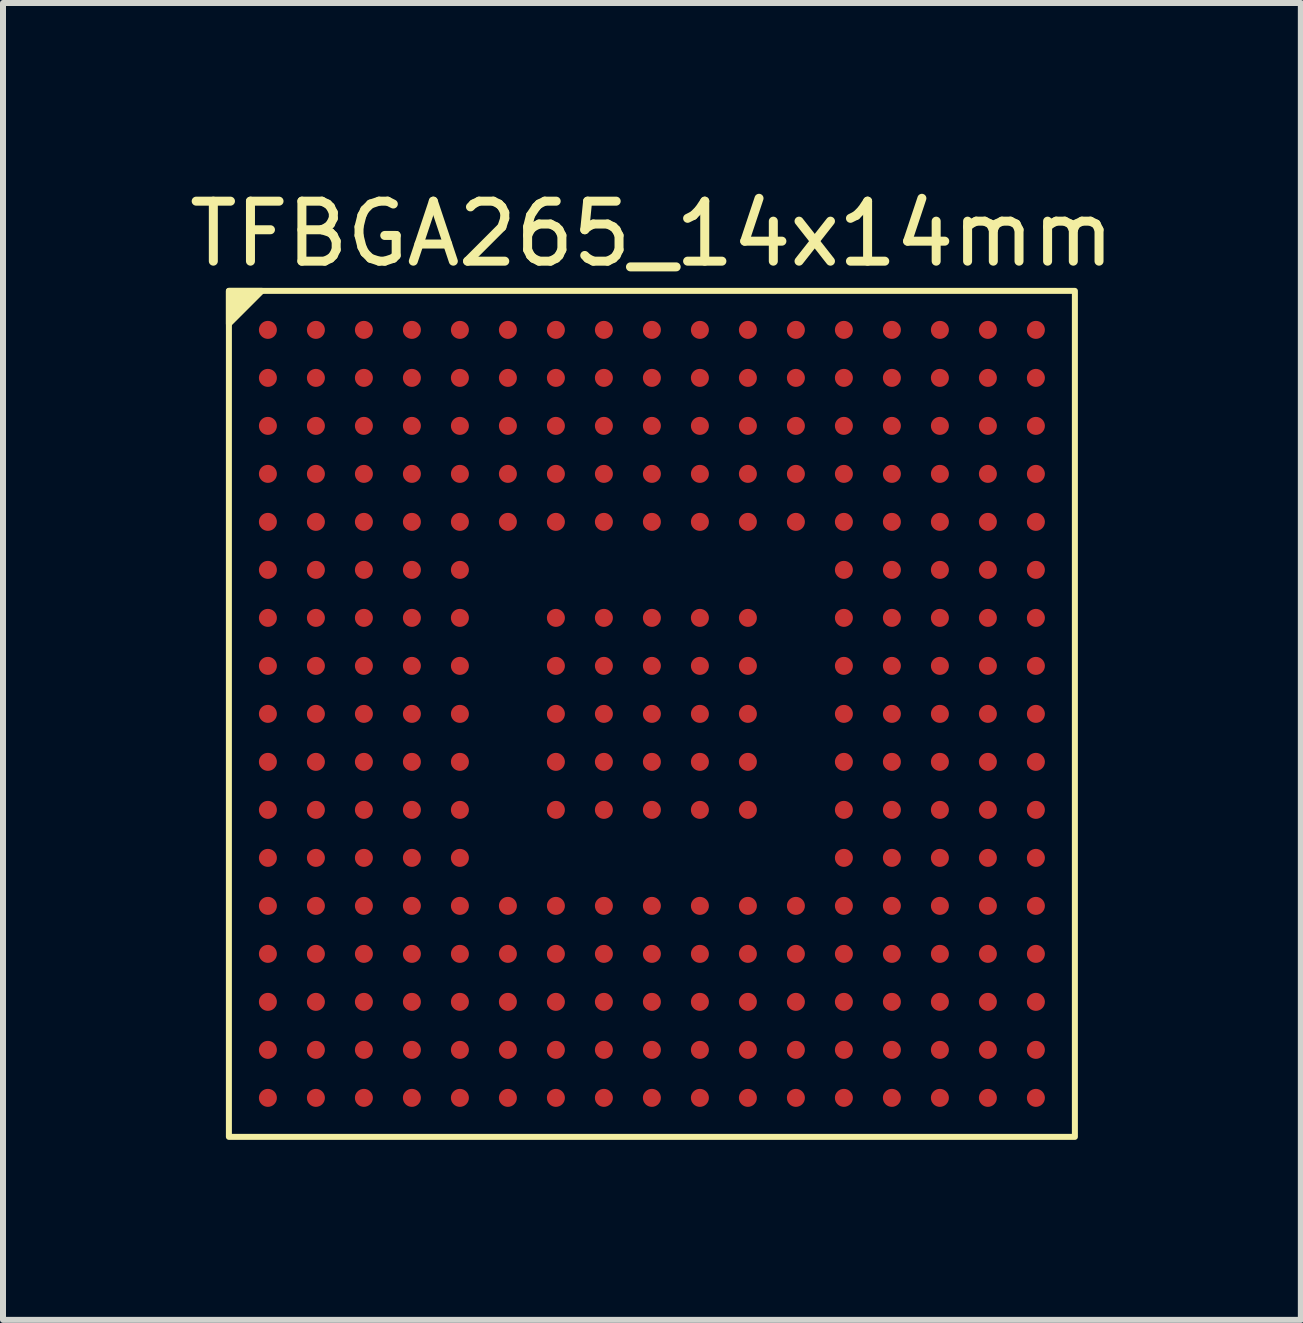
<source format=kicad_pcb>
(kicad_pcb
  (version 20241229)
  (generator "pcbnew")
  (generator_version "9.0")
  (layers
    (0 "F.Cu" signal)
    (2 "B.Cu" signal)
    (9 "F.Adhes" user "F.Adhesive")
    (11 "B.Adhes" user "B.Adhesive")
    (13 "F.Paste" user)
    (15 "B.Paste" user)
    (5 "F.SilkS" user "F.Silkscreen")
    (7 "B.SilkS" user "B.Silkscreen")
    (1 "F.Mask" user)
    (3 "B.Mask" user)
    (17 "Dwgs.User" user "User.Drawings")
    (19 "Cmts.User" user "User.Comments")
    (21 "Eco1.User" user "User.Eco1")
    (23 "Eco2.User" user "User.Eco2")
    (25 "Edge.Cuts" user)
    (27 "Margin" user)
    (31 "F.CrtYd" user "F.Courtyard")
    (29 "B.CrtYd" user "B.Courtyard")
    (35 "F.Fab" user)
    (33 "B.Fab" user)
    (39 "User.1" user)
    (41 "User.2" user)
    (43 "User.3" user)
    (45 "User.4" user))
  (footprint "TFBGA265_14x14mm"
    (layer "F.Cu")
    (at 7.815 8.848)
    (property "Reference" "TFBGA265_14x14mm" (at 0 -8 0) (layer "F.SilkS") (effects (font (size 1 1) (thickness 0.15))))
    (attr smd)
    (fp_rect (start -7.05 -7.05) (end 7.05 7.05) (stroke (width 0.1) (type default)) (fill no) (layer "F.SilkS"))
    (fp_poly (pts (xy -7.05 -6.5) (xy -6.5 -7.05) (xy -7.05 -7.05)) (stroke (width 0.1) (type solid)) (fill yes) (layer "F.SilkS"))
    (pad "A1" smd circle (at -6.4 -6.4) (size 0.3 0.3) (property pad_prop_bga) (layers "F.Cu" "F.Mask" "F.Paste"))
    (pad "A2" smd circle (at -5.6 -6.4) (size 0.3 0.3) (property pad_prop_bga) (layers "F.Cu" "F.Mask" "F.Paste"))
    (pad "A3" smd circle (at -4.8 -6.4) (size 0.3 0.3) (property pad_prop_bga) (layers "F.Cu" "F.Mask" "F.Paste"))
    (pad "A4" smd circle (at -4 -6.4) (size 0.3 0.3) (property pad_prop_bga) (layers "F.Cu" "F.Mask" "F.Paste"))
    (pad "A5" smd circle (at -3.2 -6.4) (size 0.3 0.3) (property pad_prop_bga) (layers "F.Cu" "F.Mask" "F.Paste"))
    (pad "A6" smd circle (at -2.4 -6.4) (size 0.3 0.3) (property pad_prop_bga) (layers "F.Cu" "F.Mask" "F.Paste"))
    (pad "A7" smd circle (at -1.6 -6.4) (size 0.3 0.3) (property pad_prop_bga) (layers "F.Cu" "F.Mask" "F.Paste"))
    (pad "A8" smd circle (at -0.8 -6.4) (size 0.3 0.3) (property pad_prop_bga) (layers "F.Cu" "F.Mask" "F.Paste"))
    (pad "A9" smd circle (at 0 -6.4) (size 0.3 0.3) (property pad_prop_bga) (layers "F.Cu" "F.Mask" "F.Paste"))
    (pad "A10" smd circle (at 0.8 -6.4) (size 0.3 0.3) (property pad_prop_bga) (layers "F.Cu" "F.Mask" "F.Paste"))
    (pad "A11" smd circle (at 1.6 -6.4) (size 0.3 0.3) (property pad_prop_bga) (layers "F.Cu" "F.Mask" "F.Paste"))
    (pad "A12" smd circle (at 2.4 -6.4) (size 0.3 0.3) (property pad_prop_bga) (layers "F.Cu" "F.Mask" "F.Paste"))
    (pad "A13" smd circle (at 3.2 -6.4) (size 0.3 0.3) (property pad_prop_bga) (layers "F.Cu" "F.Mask" "F.Paste"))
    (pad "A14" smd circle (at 4 -6.4) (size 0.3 0.3) (property pad_prop_bga) (layers "F.Cu" "F.Mask" "F.Paste"))
    (pad "A15" smd circle (at 4.8 -6.4) (size 0.3 0.3) (property pad_prop_bga) (layers "F.Cu" "F.Mask" "F.Paste"))
    (pad "A16" smd circle (at 5.6 -6.4) (size 0.3 0.3) (property pad_prop_bga) (layers "F.Cu" "F.Mask" "F.Paste"))
    (pad "A17" smd circle (at 6.4 -6.4) (size 0.3 0.3) (property pad_prop_bga) (layers "F.Cu" "F.Mask" "F.Paste"))
    (pad "B1" smd circle (at -6.4 -5.6) (size 0.3 0.3) (property pad_prop_bga) (layers "F.Cu" "F.Mask" "F.Paste"))
    (pad "B2" smd circle (at -5.6 -5.6) (size 0.3 0.3) (property pad_prop_bga) (layers "F.Cu" "F.Mask" "F.Paste"))
    (pad "B3" smd circle (at -4.8 -5.6) (size 0.3 0.3) (property pad_prop_bga) (layers "F.Cu" "F.Mask" "F.Paste"))
    (pad "B4" smd circle (at -4 -5.6) (size 0.3 0.3) (property pad_prop_bga) (layers "F.Cu" "F.Mask" "F.Paste"))
    (pad "B5" smd circle (at -3.2 -5.6) (size 0.3 0.3) (property pad_prop_bga) (layers "F.Cu" "F.Mask" "F.Paste"))
    (pad "B6" smd circle (at -2.4 -5.6) (size 0.3 0.3) (property pad_prop_bga) (layers "F.Cu" "F.Mask" "F.Paste"))
    (pad "B7" smd circle (at -1.6 -5.6) (size 0.3 0.3) (property pad_prop_bga) (layers "F.Cu" "F.Mask" "F.Paste"))
    (pad "B8" smd circle (at -0.8 -5.6) (size 0.3 0.3) (property pad_prop_bga) (layers "F.Cu" "F.Mask" "F.Paste"))
    (pad "B9" smd circle (at 0 -5.6) (size 0.3 0.3) (property pad_prop_bga) (layers "F.Cu" "F.Mask" "F.Paste"))
    (pad "B10" smd circle (at 0.8 -5.6) (size 0.3 0.3) (property pad_prop_bga) (layers "F.Cu" "F.Mask" "F.Paste"))
    (pad "B11" smd circle (at 1.6 -5.6) (size 0.3 0.3) (property pad_prop_bga) (layers "F.Cu" "F.Mask" "F.Paste"))
    (pad "B12" smd circle (at 2.4 -5.6) (size 0.3 0.3) (property pad_prop_bga) (layers "F.Cu" "F.Mask" "F.Paste"))
    (pad "B13" smd circle (at 3.2 -5.6) (size 0.3 0.3) (property pad_prop_bga) (layers "F.Cu" "F.Mask" "F.Paste"))
    (pad "B14" smd circle (at 4 -5.6) (size 0.3 0.3) (property pad_prop_bga) (layers "F.Cu" "F.Mask" "F.Paste"))
    (pad "B15" smd circle (at 4.8 -5.6) (size 0.3 0.3) (property pad_prop_bga) (layers "F.Cu" "F.Mask" "F.Paste"))
    (pad "B16" smd circle (at 5.6 -5.6) (size 0.3 0.3) (property pad_prop_bga) (layers "F.Cu" "F.Mask" "F.Paste"))
    (pad "B17" smd circle (at 6.4 -5.6) (size 0.3 0.3) (property pad_prop_bga) (layers "F.Cu" "F.Mask" "F.Paste"))
    (pad "C1" smd circle (at -6.4 -4.8) (size 0.3 0.3) (property pad_prop_bga) (layers "F.Cu" "F.Mask" "F.Paste"))
    (pad "C2" smd circle (at -5.6 -4.8) (size 0.3 0.3) (property pad_prop_bga) (layers "F.Cu" "F.Mask" "F.Paste"))
    (pad "C3" smd circle (at -4.8 -4.8) (size 0.3 0.3) (property pad_prop_bga) (layers "F.Cu" "F.Mask" "F.Paste"))
    (pad "C4" smd circle (at -4 -4.8) (size 0.3 0.3) (property pad_prop_bga) (layers "F.Cu" "F.Mask" "F.Paste"))
    (pad "C5" smd circle (at -3.2 -4.8) (size 0.3 0.3) (property pad_prop_bga) (layers "F.Cu" "F.Mask" "F.Paste"))
    (pad "C6" smd circle (at -2.4 -4.8) (size 0.3 0.3) (property pad_prop_bga) (layers "F.Cu" "F.Mask" "F.Paste"))
    (pad "C7" smd circle (at -1.6 -4.8) (size 0.3 0.3) (property pad_prop_bga) (layers "F.Cu" "F.Mask" "F.Paste"))
    (pad "C8" smd circle (at -0.8 -4.8) (size 0.3 0.3) (property pad_prop_bga) (layers "F.Cu" "F.Mask" "F.Paste"))
    (pad "C9" smd circle (at 0 -4.8) (size 0.3 0.3) (property pad_prop_bga) (layers "F.Cu" "F.Mask" "F.Paste"))
    (pad "C10" smd circle (at 0.8 -4.8) (size 0.3 0.3) (property pad_prop_bga) (layers "F.Cu" "F.Mask" "F.Paste"))
    (pad "C11" smd circle (at 1.6 -4.8) (size 0.3 0.3) (property pad_prop_bga) (layers "F.Cu" "F.Mask" "F.Paste"))
    (pad "C12" smd circle (at 2.4 -4.8) (size 0.3 0.3) (property pad_prop_bga) (layers "F.Cu" "F.Mask" "F.Paste"))
    (pad "C13" smd circle (at 3.2 -4.8) (size 0.3 0.3) (property pad_prop_bga) (layers "F.Cu" "F.Mask" "F.Paste"))
    (pad "C14" smd circle (at 4 -4.8) (size 0.3 0.3) (property pad_prop_bga) (layers "F.Cu" "F.Mask" "F.Paste"))
    (pad "C15" smd circle (at 4.8 -4.8) (size 0.3 0.3) (property pad_prop_bga) (layers "F.Cu" "F.Mask" "F.Paste"))
    (pad "C16" smd circle (at 5.6 -4.8) (size 0.3 0.3) (property pad_prop_bga) (layers "F.Cu" "F.Mask" "F.Paste"))
    (pad "C17" smd circle (at 6.4 -4.8) (size 0.3 0.3) (property pad_prop_bga) (layers "F.Cu" "F.Mask" "F.Paste"))
    (pad "D1" smd circle (at -6.4 -4) (size 0.3 0.3) (property pad_prop_bga) (layers "F.Cu" "F.Mask" "F.Paste"))
    (pad "D2" smd circle (at -5.6 -4) (size 0.3 0.3) (property pad_prop_bga) (layers "F.Cu" "F.Mask" "F.Paste"))
    (pad "D3" smd circle (at -4.8 -4) (size 0.3 0.3) (property pad_prop_bga) (layers "F.Cu" "F.Mask" "F.Paste"))
    (pad "D4" smd circle (at -4 -4) (size 0.3 0.3) (property pad_prop_bga) (layers "F.Cu" "F.Mask" "F.Paste"))
    (pad "D5" smd circle (at -3.2 -4) (size 0.3 0.3) (property pad_prop_bga) (layers "F.Cu" "F.Mask" "F.Paste"))
    (pad "D6" smd circle (at -2.4 -4) (size 0.3 0.3) (property pad_prop_bga) (layers "F.Cu" "F.Mask" "F.Paste"))
    (pad "D7" smd circle (at -1.6 -4) (size 0.3 0.3) (property pad_prop_bga) (layers "F.Cu" "F.Mask" "F.Paste"))
    (pad "D8" smd circle (at -0.8 -4) (size 0.3 0.3) (property pad_prop_bga) (layers "F.Cu" "F.Mask" "F.Paste"))
    (pad "D9" smd circle (at 0 -4) (size 0.3 0.3) (property pad_prop_bga) (layers "F.Cu" "F.Mask" "F.Paste"))
    (pad "D10" smd circle (at 0.8 -4) (size 0.3 0.3) (property pad_prop_bga) (layers "F.Cu" "F.Mask" "F.Paste"))
    (pad "D11" smd circle (at 1.6 -4) (size 0.3 0.3) (property pad_prop_bga) (layers "F.Cu" "F.Mask" "F.Paste"))
    (pad "D12" smd circle (at 2.4 -4) (size 0.3 0.3) (property pad_prop_bga) (layers "F.Cu" "F.Mask" "F.Paste"))
    (pad "D13" smd circle (at 3.2 -4) (size 0.3 0.3) (property pad_prop_bga) (layers "F.Cu" "F.Mask" "F.Paste"))
    (pad "D14" smd circle (at 4 -4) (size 0.3 0.3) (property pad_prop_bga) (layers "F.Cu" "F.Mask" "F.Paste"))
    (pad "D15" smd circle (at 4.8 -4) (size 0.3 0.3) (property pad_prop_bga) (layers "F.Cu" "F.Mask" "F.Paste"))
    (pad "D16" smd circle (at 5.6 -4) (size 0.3 0.3) (property pad_prop_bga) (layers "F.Cu" "F.Mask" "F.Paste"))
    (pad "D17" smd circle (at 6.4 -4) (size 0.3 0.3) (property pad_prop_bga) (layers "F.Cu" "F.Mask" "F.Paste"))
    (pad "E1" smd circle (at -6.4 -3.2) (size 0.3 0.3) (property pad_prop_bga) (layers "F.Cu" "F.Mask" "F.Paste"))
    (pad "E2" smd circle (at -5.6 -3.2) (size 0.3 0.3) (property pad_prop_bga) (layers "F.Cu" "F.Mask" "F.Paste"))
    (pad "E3" smd circle (at -4.8 -3.2) (size 0.3 0.3) (property pad_prop_bga) (layers "F.Cu" "F.Mask" "F.Paste"))
    (pad "E4" smd circle (at -4 -3.2) (size 0.3 0.3) (property pad_prop_bga) (layers "F.Cu" "F.Mask" "F.Paste"))
    (pad "E5" smd circle (at -3.2 -3.2) (size 0.3 0.3) (property pad_prop_bga) (layers "F.Cu" "F.Mask" "F.Paste"))
    (pad "E6" smd circle (at -2.4 -3.2) (size 0.3 0.3) (property pad_prop_bga) (layers "F.Cu" "F.Mask" "F.Paste"))
    (pad "E7" smd circle (at -1.6 -3.2) (size 0.3 0.3) (property pad_prop_bga) (layers "F.Cu" "F.Mask" "F.Paste"))
    (pad "E8" smd circle (at -0.8 -3.2) (size 0.3 0.3) (property pad_prop_bga) (layers "F.Cu" "F.Mask" "F.Paste"))
    (pad "E9" smd circle (at 0 -3.2) (size 0.3 0.3) (property pad_prop_bga) (layers "F.Cu" "F.Mask" "F.Paste"))
    (pad "E10" smd circle (at 0.8 -3.2) (size 0.3 0.3) (property pad_prop_bga) (layers "F.Cu" "F.Mask" "F.Paste"))
    (pad "E11" smd circle (at 1.6 -3.2) (size 0.3 0.3) (property pad_prop_bga) (layers "F.Cu" "F.Mask" "F.Paste"))
    (pad "E12" smd circle (at 2.4 -3.2) (size 0.3 0.3) (property pad_prop_bga) (layers "F.Cu" "F.Mask" "F.Paste"))
    (pad "E13" smd circle (at 3.2 -3.2) (size 0.3 0.3) (property pad_prop_bga) (layers "F.Cu" "F.Mask" "F.Paste"))
    (pad "E14" smd circle (at 4 -3.2) (size 0.3 0.3) (property pad_prop_bga) (layers "F.Cu" "F.Mask" "F.Paste"))
    (pad "E15" smd circle (at 4.8 -3.2) (size 0.3 0.3) (property pad_prop_bga) (layers "F.Cu" "F.Mask" "F.Paste"))
    (pad "E16" smd circle (at 5.6 -3.2) (size 0.3 0.3) (property pad_prop_bga) (layers "F.Cu" "F.Mask" "F.Paste"))
    (pad "E17" smd circle (at 6.4 -3.2) (size 0.3 0.3) (property pad_prop_bga) (layers "F.Cu" "F.Mask" "F.Paste"))
    (pad "F1" smd circle (at -6.4 -2.4) (size 0.3 0.3) (property pad_prop_bga) (layers "F.Cu" "F.Mask" "F.Paste"))
    (pad "F2" smd circle (at -5.6 -2.4) (size 0.3 0.3) (property pad_prop_bga) (layers "F.Cu" "F.Mask" "F.Paste"))
    (pad "F3" smd circle (at -4.8 -2.4) (size 0.3 0.3) (property pad_prop_bga) (layers "F.Cu" "F.Mask" "F.Paste"))
    (pad "F4" smd circle (at -4 -2.4) (size 0.3 0.3) (property pad_prop_bga) (layers "F.Cu" "F.Mask" "F.Paste"))
    (pad "F5" smd circle (at -3.2 -2.4) (size 0.3 0.3) (property pad_prop_bga) (layers "F.Cu" "F.Mask" "F.Paste"))
    (pad "F13" smd circle (at 3.2 -2.4) (size 0.3 0.3) (property pad_prop_bga) (layers "F.Cu" "F.Mask" "F.Paste"))
    (pad "F14" smd circle (at 4 -2.4) (size 0.3 0.3) (property pad_prop_bga) (layers "F.Cu" "F.Mask" "F.Paste"))
    (pad "F15" smd circle (at 4.8 -2.4) (size 0.3 0.3) (property pad_prop_bga) (layers "F.Cu" "F.Mask" "F.Paste"))
    (pad "F16" smd circle (at 5.6 -2.4) (size 0.3 0.3) (property pad_prop_bga) (layers "F.Cu" "F.Mask" "F.Paste"))
    (pad "F17" smd circle (at 6.4 -2.4) (size 0.3 0.3) (property pad_prop_bga) (layers "F.Cu" "F.Mask" "F.Paste"))
    (pad "G1" smd circle (at -6.4 -1.6) (size 0.3 0.3) (property pad_prop_bga) (layers "F.Cu" "F.Mask" "F.Paste"))
    (pad "G2" smd circle (at -5.6 -1.6) (size 0.3 0.3) (property pad_prop_bga) (layers "F.Cu" "F.Mask" "F.Paste"))
    (pad "G3" smd circle (at -4.8 -1.6) (size 0.3 0.3) (property pad_prop_bga) (layers "F.Cu" "F.Mask" "F.Paste"))
    (pad "G4" smd circle (at -4 -1.6) (size 0.3 0.3) (property pad_prop_bga) (layers "F.Cu" "F.Mask" "F.Paste"))
    (pad "G5" smd circle (at -3.2 -1.6) (size 0.3 0.3) (property pad_prop_bga) (layers "F.Cu" "F.Mask" "F.Paste"))
    (pad "G7" smd circle (at -1.6 -1.6) (size 0.3 0.3) (property pad_prop_bga) (layers "F.Cu" "F.Mask" "F.Paste"))
    (pad "G8" smd circle (at -0.8 -1.6) (size 0.3 0.3) (property pad_prop_bga) (layers "F.Cu" "F.Mask" "F.Paste"))
    (pad "G9" smd circle (at 0 -1.6) (size 0.3 0.3) (property pad_prop_bga) (layers "F.Cu" "F.Mask" "F.Paste"))
    (pad "G10" smd circle (at 0.8 -1.6) (size 0.3 0.3) (property pad_prop_bga) (layers "F.Cu" "F.Mask" "F.Paste"))
    (pad "G11" smd circle (at 1.6 -1.6) (size 0.3 0.3) (property pad_prop_bga) (layers "F.Cu" "F.Mask" "F.Paste"))
    (pad "G13" smd circle (at 3.2 -1.6) (size 0.3 0.3) (property pad_prop_bga) (layers "F.Cu" "F.Mask" "F.Paste"))
    (pad "G14" smd circle (at 4 -1.6) (size 0.3 0.3) (property pad_prop_bga) (layers "F.Cu" "F.Mask" "F.Paste"))
    (pad "G15" smd circle (at 4.8 -1.6) (size 0.3 0.3) (property pad_prop_bga) (layers "F.Cu" "F.Mask" "F.Paste"))
    (pad "G16" smd circle (at 5.6 -1.6) (size 0.3 0.3) (property pad_prop_bga) (layers "F.Cu" "F.Mask" "F.Paste"))
    (pad "G17" smd circle (at 6.4 -1.6) (size 0.3 0.3) (property pad_prop_bga) (layers "F.Cu" "F.Mask" "F.Paste"))
    (pad "H1" smd circle (at -6.4 -0.8) (size 0.3 0.3) (property pad_prop_bga) (layers "F.Cu" "F.Mask" "F.Paste"))
    (pad "H2" smd circle (at -5.6 -0.8) (size 0.3 0.3) (property pad_prop_bga) (layers "F.Cu" "F.Mask" "F.Paste"))
    (pad "H3" smd circle (at -4.8 -0.8) (size 0.3 0.3) (property pad_prop_bga) (layers "F.Cu" "F.Mask" "F.Paste"))
    (pad "H4" smd circle (at -4 -0.8) (size 0.3 0.3) (property pad_prop_bga) (layers "F.Cu" "F.Mask" "F.Paste"))
    (pad "H5" smd circle (at -3.2 -0.8) (size 0.3 0.3) (property pad_prop_bga) (layers "F.Cu" "F.Mask" "F.Paste"))
    (pad "H7" smd circle (at -1.6 -0.8) (size 0.3 0.3) (property pad_prop_bga) (layers "F.Cu" "F.Mask" "F.Paste"))
    (pad "H8" smd circle (at -0.8 -0.8) (size 0.3 0.3) (property pad_prop_bga) (layers "F.Cu" "F.Mask" "F.Paste"))
    (pad "H9" smd circle (at 0 -0.8) (size 0.3 0.3) (property pad_prop_bga) (layers "F.Cu" "F.Mask" "F.Paste"))
    (pad "H10" smd circle (at 0.8 -0.8) (size 0.3 0.3) (property pad_prop_bga) (layers "F.Cu" "F.Mask" "F.Paste"))
    (pad "H11" smd circle (at 1.6 -0.8) (size 0.3 0.3) (property pad_prop_bga) (layers "F.Cu" "F.Mask" "F.Paste"))
    (pad "H13" smd circle (at 3.2 -0.8) (size 0.3 0.3) (property pad_prop_bga) (layers "F.Cu" "F.Mask" "F.Paste"))
    (pad "H14" smd circle (at 4 -0.8) (size 0.3 0.3) (property pad_prop_bga) (layers "F.Cu" "F.Mask" "F.Paste"))
    (pad "H15" smd circle (at 4.8 -0.8) (size 0.3 0.3) (property pad_prop_bga) (layers "F.Cu" "F.Mask" "F.Paste"))
    (pad "H16" smd circle (at 5.6 -0.8) (size 0.3 0.3) (property pad_prop_bga) (layers "F.Cu" "F.Mask" "F.Paste"))
    (pad "H17" smd circle (at 6.4 -0.8) (size 0.3 0.3) (property pad_prop_bga) (layers "F.Cu" "F.Mask" "F.Paste"))
    (pad "J1" smd circle (at -6.4 0) (size 0.3 0.3) (property pad_prop_bga) (layers "F.Cu" "F.Mask" "F.Paste"))
    (pad "J2" smd circle (at -5.6 0) (size 0.3 0.3) (property pad_prop_bga) (layers "F.Cu" "F.Mask" "F.Paste"))
    (pad "J3" smd circle (at -4.8 0) (size 0.3 0.3) (property pad_prop_bga) (layers "F.Cu" "F.Mask" "F.Paste"))
    (pad "J4" smd circle (at -4 0) (size 0.3 0.3) (property pad_prop_bga) (layers "F.Cu" "F.Mask" "F.Paste"))
    (pad "J5" smd circle (at -3.2 0) (size 0.3 0.3) (property pad_prop_bga) (layers "F.Cu" "F.Mask" "F.Paste"))
    (pad "J7" smd circle (at -1.6 0) (size 0.3 0.3) (property pad_prop_bga) (layers "F.Cu" "F.Mask" "F.Paste"))
    (pad "J8" smd circle (at -0.8 0) (size 0.3 0.3) (property pad_prop_bga) (layers "F.Cu" "F.Mask" "F.Paste"))
    (pad "J9" smd circle (at 0 0) (size 0.3 0.3) (property pad_prop_bga) (layers "F.Cu" "F.Mask" "F.Paste"))
    (pad "J10" smd circle (at 0.8 0) (size 0.3 0.3) (property pad_prop_bga) (layers "F.Cu" "F.Mask" "F.Paste"))
    (pad "J11" smd circle (at 1.6 0) (size 0.3 0.3) (property pad_prop_bga) (layers "F.Cu" "F.Mask" "F.Paste"))
    (pad "J13" smd circle (at 3.2 0) (size 0.3 0.3) (property pad_prop_bga) (layers "F.Cu" "F.Mask" "F.Paste"))
    (pad "J14" smd circle (at 4 0) (size 0.3 0.3) (property pad_prop_bga) (layers "F.Cu" "F.Mask" "F.Paste"))
    (pad "J15" smd circle (at 4.8 0) (size 0.3 0.3) (property pad_prop_bga) (layers "F.Cu" "F.Mask" "F.Paste"))
    (pad "J16" smd circle (at 5.6 0) (size 0.3 0.3) (property pad_prop_bga) (layers "F.Cu" "F.Mask" "F.Paste"))
    (pad "J17" smd circle (at 6.4 0) (size 0.3 0.3) (property pad_prop_bga) (layers "F.Cu" "F.Mask" "F.Paste"))
    (pad "K1" smd circle (at -6.4 0.8) (size 0.3 0.3) (property pad_prop_bga) (layers "F.Cu" "F.Mask" "F.Paste"))
    (pad "K2" smd circle (at -5.6 0.8) (size 0.3 0.3) (property pad_prop_bga) (layers "F.Cu" "F.Mask" "F.Paste"))
    (pad "K3" smd circle (at -4.8 0.8) (size 0.3 0.3) (property pad_prop_bga) (layers "F.Cu" "F.Mask" "F.Paste"))
    (pad "K4" smd circle (at -4 0.8) (size 0.3 0.3) (property pad_prop_bga) (layers "F.Cu" "F.Mask" "F.Paste"))
    (pad "K5" smd circle (at -3.2 0.8) (size 0.3 0.3) (property pad_prop_bga) (layers "F.Cu" "F.Mask" "F.Paste"))
    (pad "K7" smd circle (at -1.6 0.8) (size 0.3 0.3) (property pad_prop_bga) (layers "F.Cu" "F.Mask" "F.Paste"))
    (pad "K8" smd circle (at -0.8 0.8) (size 0.3 0.3) (property pad_prop_bga) (layers "F.Cu" "F.Mask" "F.Paste"))
    (pad "K9" smd circle (at 0 0.8) (size 0.3 0.3) (property pad_prop_bga) (layers "F.Cu" "F.Mask" "F.Paste"))
    (pad "K10" smd circle (at 0.8 0.8) (size 0.3 0.3) (property pad_prop_bga) (layers "F.Cu" "F.Mask" "F.Paste"))
    (pad "K11" smd circle (at 1.6 0.8) (size 0.3 0.3) (property pad_prop_bga) (layers "F.Cu" "F.Mask" "F.Paste"))
    (pad "K13" smd circle (at 3.2 0.8) (size 0.3 0.3) (property pad_prop_bga) (layers "F.Cu" "F.Mask" "F.Paste"))
    (pad "K14" smd circle (at 4 0.8) (size 0.3 0.3) (property pad_prop_bga) (layers "F.Cu" "F.Mask" "F.Paste"))
    (pad "K15" smd circle (at 4.8 0.8) (size 0.3 0.3) (property pad_prop_bga) (layers "F.Cu" "F.Mask" "F.Paste"))
    (pad "K16" smd circle (at 5.6 0.8) (size 0.3 0.3) (property pad_prop_bga) (layers "F.Cu" "F.Mask" "F.Paste"))
    (pad "K17" smd circle (at 6.4 0.8) (size 0.3 0.3) (property pad_prop_bga) (layers "F.Cu" "F.Mask" "F.Paste"))
    (pad "L1" smd circle (at -6.4 1.6) (size 0.3 0.3) (property pad_prop_bga) (layers "F.Cu" "F.Mask" "F.Paste"))
    (pad "L2" smd circle (at -5.6 1.6) (size 0.3 0.3) (property pad_prop_bga) (layers "F.Cu" "F.Mask" "F.Paste"))
    (pad "L3" smd circle (at -4.8 1.6) (size 0.3 0.3) (property pad_prop_bga) (layers "F.Cu" "F.Mask" "F.Paste"))
    (pad "L4" smd circle (at -4 1.6) (size 0.3 0.3) (property pad_prop_bga) (layers "F.Cu" "F.Mask" "F.Paste"))
    (pad "L5" smd circle (at -3.2 1.6) (size 0.3 0.3) (property pad_prop_bga) (layers "F.Cu" "F.Mask" "F.Paste"))
    (pad "L7" smd circle (at -1.6 1.6) (size 0.3 0.3) (property pad_prop_bga) (layers "F.Cu" "F.Mask" "F.Paste"))
    (pad "L8" smd circle (at -0.8 1.6) (size 0.3 0.3) (property pad_prop_bga) (layers "F.Cu" "F.Mask" "F.Paste"))
    (pad "L9" smd circle (at 0 1.6) (size 0.3 0.3) (property pad_prop_bga) (layers "F.Cu" "F.Mask" "F.Paste"))
    (pad "L10" smd circle (at 0.8 1.6) (size 0.3 0.3) (property pad_prop_bga) (layers "F.Cu" "F.Mask" "F.Paste"))
    (pad "L11" smd circle (at 1.6 1.6) (size 0.3 0.3) (property pad_prop_bga) (layers "F.Cu" "F.Mask" "F.Paste"))
    (pad "L13" smd circle (at 3.2 1.6) (size 0.3 0.3) (property pad_prop_bga) (layers "F.Cu" "F.Mask" "F.Paste"))
    (pad "L14" smd circle (at 4 1.6) (size 0.3 0.3) (property pad_prop_bga) (layers "F.Cu" "F.Mask" "F.Paste"))
    (pad "L15" smd circle (at 4.8 1.6) (size 0.3 0.3) (property pad_prop_bga) (layers "F.Cu" "F.Mask" "F.Paste"))
    (pad "L16" smd circle (at 5.6 1.6) (size 0.3 0.3) (property pad_prop_bga) (layers "F.Cu" "F.Mask" "F.Paste"))
    (pad "L17" smd circle (at 6.4 1.6) (size 0.3 0.3) (property pad_prop_bga) (layers "F.Cu" "F.Mask" "F.Paste"))
    (pad "M1" smd circle (at -6.4 2.4) (size 0.3 0.3) (property pad_prop_bga) (layers "F.Cu" "F.Mask" "F.Paste"))
    (pad "M2" smd circle (at -5.6 2.4) (size 0.3 0.3) (property pad_prop_bga) (layers "F.Cu" "F.Mask" "F.Paste"))
    (pad "M3" smd circle (at -4.8 2.4) (size 0.3 0.3) (property pad_prop_bga) (layers "F.Cu" "F.Mask" "F.Paste"))
    (pad "M4" smd circle (at -4 2.4) (size 0.3 0.3) (property pad_prop_bga) (layers "F.Cu" "F.Mask" "F.Paste"))
    (pad "M5" smd circle (at -3.2 2.4) (size 0.3 0.3) (property pad_prop_bga) (layers "F.Cu" "F.Mask" "F.Paste"))
    (pad "M13" smd circle (at 3.2 2.4) (size 0.3 0.3) (property pad_prop_bga) (layers "F.Cu" "F.Mask" "F.Paste"))
    (pad "M14" smd circle (at 4 2.4) (size 0.3 0.3) (property pad_prop_bga) (layers "F.Cu" "F.Mask" "F.Paste"))
    (pad "M15" smd circle (at 4.8 2.4) (size 0.3 0.3) (property pad_prop_bga) (layers "F.Cu" "F.Mask" "F.Paste"))
    (pad "M16" smd circle (at 5.6 2.4) (size 0.3 0.3) (property pad_prop_bga) (layers "F.Cu" "F.Mask" "F.Paste"))
    (pad "M17" smd circle (at 6.4 2.4) (size 0.3 0.3) (property pad_prop_bga) (layers "F.Cu" "F.Mask" "F.Paste"))
    (pad "N1" smd circle (at -6.4 3.2) (size 0.3 0.3) (property pad_prop_bga) (layers "F.Cu" "F.Mask" "F.Paste"))
    (pad "N2" smd circle (at -5.6 3.2) (size 0.3 0.3) (property pad_prop_bga) (layers "F.Cu" "F.Mask" "F.Paste"))
    (pad "N3" smd circle (at -4.8 3.2) (size 0.3 0.3) (property pad_prop_bga) (layers "F.Cu" "F.Mask" "F.Paste"))
    (pad "N4" smd circle (at -4 3.2) (size 0.3 0.3) (property pad_prop_bga) (layers "F.Cu" "F.Mask" "F.Paste"))
    (pad "N5" smd circle (at -3.2 3.2) (size 0.3 0.3) (property pad_prop_bga) (layers "F.Cu" "F.Mask" "F.Paste"))
    (pad "N6" smd circle (at -2.4 3.2) (size 0.3 0.3) (property pad_prop_bga) (layers "F.Cu" "F.Mask" "F.Paste"))
    (pad "N7" smd circle (at -1.6 3.2) (size 0.3 0.3) (property pad_prop_bga) (layers "F.Cu" "F.Mask" "F.Paste"))
    (pad "N8" smd circle (at -0.8 3.2) (size 0.3 0.3) (property pad_prop_bga) (layers "F.Cu" "F.Mask" "F.Paste"))
    (pad "N9" smd circle (at 0 3.2) (size 0.3 0.3) (property pad_prop_bga) (layers "F.Cu" "F.Mask" "F.Paste"))
    (pad "N10" smd circle (at 0.8 3.2) (size 0.3 0.3) (property pad_prop_bga) (layers "F.Cu" "F.Mask" "F.Paste"))
    (pad "N11" smd circle (at 1.6 3.2) (size 0.3 0.3) (property pad_prop_bga) (layers "F.Cu" "F.Mask" "F.Paste"))
    (pad "N12" smd circle (at 2.4 3.2) (size 0.3 0.3) (property pad_prop_bga) (layers "F.Cu" "F.Mask" "F.Paste"))
    (pad "N13" smd circle (at 3.2 3.2) (size 0.3 0.3) (property pad_prop_bga) (layers "F.Cu" "F.Mask" "F.Paste"))
    (pad "N14" smd circle (at 4 3.2) (size 0.3 0.3) (property pad_prop_bga) (layers "F.Cu" "F.Mask" "F.Paste"))
    (pad "N15" smd circle (at 4.8 3.2) (size 0.3 0.3) (property pad_prop_bga) (layers "F.Cu" "F.Mask" "F.Paste"))
    (pad "N16" smd circle (at 5.6 3.2) (size 0.3 0.3) (property pad_prop_bga) (layers "F.Cu" "F.Mask" "F.Paste"))
    (pad "N17" smd circle (at 6.4 3.2) (size 0.3 0.3) (property pad_prop_bga) (layers "F.Cu" "F.Mask" "F.Paste"))
    (pad "P1" smd circle (at -6.4 4) (size 0.3 0.3) (property pad_prop_bga) (layers "F.Cu" "F.Mask" "F.Paste"))
    (pad "P2" smd circle (at -5.6 4) (size 0.3 0.3) (property pad_prop_bga) (layers "F.Cu" "F.Mask" "F.Paste"))
    (pad "P3" smd circle (at -4.8 4) (size 0.3 0.3) (property pad_prop_bga) (layers "F.Cu" "F.Mask" "F.Paste"))
    (pad "P4" smd circle (at -4 4) (size 0.3 0.3) (property pad_prop_bga) (layers "F.Cu" "F.Mask" "F.Paste"))
    (pad "P5" smd circle (at -3.2 4) (size 0.3 0.3) (property pad_prop_bga) (layers "F.Cu" "F.Mask" "F.Paste"))
    (pad "P6" smd circle (at -2.4 4) (size 0.3 0.3) (property pad_prop_bga) (layers "F.Cu" "F.Mask" "F.Paste"))
    (pad "P7" smd circle (at -1.6 4) (size 0.3 0.3) (property pad_prop_bga) (layers "F.Cu" "F.Mask" "F.Paste"))
    (pad "P8" smd circle (at -0.8 4) (size 0.3 0.3) (property pad_prop_bga) (layers "F.Cu" "F.Mask" "F.Paste"))
    (pad "P9" smd circle (at 0 4) (size 0.3 0.3) (property pad_prop_bga) (layers "F.Cu" "F.Mask" "F.Paste"))
    (pad "P10" smd circle (at 0.8 4) (size 0.3 0.3) (property pad_prop_bga) (layers "F.Cu" "F.Mask" "F.Paste"))
    (pad "P11" smd circle (at 1.6 4) (size 0.3 0.3) (property pad_prop_bga) (layers "F.Cu" "F.Mask" "F.Paste"))
    (pad "P12" smd circle (at 2.4 4) (size 0.3 0.3) (property pad_prop_bga) (layers "F.Cu" "F.Mask" "F.Paste"))
    (pad "P13" smd circle (at 3.2 4) (size 0.3 0.3) (property pad_prop_bga) (layers "F.Cu" "F.Mask" "F.Paste"))
    (pad "P14" smd circle (at 4 4) (size 0.3 0.3) (property pad_prop_bga) (layers "F.Cu" "F.Mask" "F.Paste"))
    (pad "P15" smd circle (at 4.8 4) (size 0.3 0.3) (property pad_prop_bga) (layers "F.Cu" "F.Mask" "F.Paste"))
    (pad "P16" smd circle (at 5.6 4) (size 0.3 0.3) (property pad_prop_bga) (layers "F.Cu" "F.Mask" "F.Paste"))
    (pad "P17" smd circle (at 6.4 4) (size 0.3 0.3) (property pad_prop_bga) (layers "F.Cu" "F.Mask" "F.Paste"))
    (pad "R1" smd circle (at -6.4 4.8) (size 0.3 0.3) (property pad_prop_bga) (layers "F.Cu" "F.Mask" "F.Paste"))
    (pad "R2" smd circle (at -5.6 4.8) (size 0.3 0.3) (property pad_prop_bga) (layers "F.Cu" "F.Mask" "F.Paste"))
    (pad "R3" smd circle (at -4.8 4.8) (size 0.3 0.3) (property pad_prop_bga) (layers "F.Cu" "F.Mask" "F.Paste"))
    (pad "R4" smd circle (at -4 4.8) (size 0.3 0.3) (property pad_prop_bga) (layers "F.Cu" "F.Mask" "F.Paste"))
    (pad "R5" smd circle (at -3.2 4.8) (size 0.3 0.3) (property pad_prop_bga) (layers "F.Cu" "F.Mask" "F.Paste"))
    (pad "R6" smd circle (at -2.4 4.8) (size 0.3 0.3) (property pad_prop_bga) (layers "F.Cu" "F.Mask" "F.Paste"))
    (pad "R7" smd circle (at -1.6 4.8) (size 0.3 0.3) (property pad_prop_bga) (layers "F.Cu" "F.Mask" "F.Paste"))
    (pad "R8" smd circle (at -0.8 4.8) (size 0.3 0.3) (property pad_prop_bga) (layers "F.Cu" "F.Mask" "F.Paste"))
    (pad "R9" smd circle (at 0 4.8) (size 0.3 0.3) (property pad_prop_bga) (layers "F.Cu" "F.Mask" "F.Paste"))
    (pad "R10" smd circle (at 0.8 4.8) (size 0.3 0.3) (property pad_prop_bga) (layers "F.Cu" "F.Mask" "F.Paste"))
    (pad "R11" smd circle (at 1.6 4.8) (size 0.3 0.3) (property pad_prop_bga) (layers "F.Cu" "F.Mask" "F.Paste"))
    (pad "R12" smd circle (at 2.4 4.8) (size 0.3 0.3) (property pad_prop_bga) (layers "F.Cu" "F.Mask" "F.Paste"))
    (pad "R13" smd circle (at 3.2 4.8) (size 0.3 0.3) (property pad_prop_bga) (layers "F.Cu" "F.Mask" "F.Paste"))
    (pad "R14" smd circle (at 4 4.8) (size 0.3 0.3) (property pad_prop_bga) (layers "F.Cu" "F.Mask" "F.Paste"))
    (pad "R15" smd circle (at 4.8 4.8) (size 0.3 0.3) (property pad_prop_bga) (layers "F.Cu" "F.Mask" "F.Paste"))
    (pad "R16" smd circle (at 5.6 4.8) (size 0.3 0.3) (property pad_prop_bga) (layers "F.Cu" "F.Mask" "F.Paste"))
    (pad "R17" smd circle (at 6.4 4.8) (size 0.3 0.3) (property pad_prop_bga) (layers "F.Cu" "F.Mask" "F.Paste"))
    (pad "T1" smd circle (at -6.4 5.6) (size 0.3 0.3) (property pad_prop_bga) (layers "F.Cu" "F.Mask" "F.Paste"))
    (pad "T2" smd circle (at -5.6 5.6) (size 0.3 0.3) (property pad_prop_bga) (layers "F.Cu" "F.Mask" "F.Paste"))
    (pad "T3" smd circle (at -4.8 5.6) (size 0.3 0.3) (property pad_prop_bga) (layers "F.Cu" "F.Mask" "F.Paste"))
    (pad "T4" smd circle (at -4 5.6) (size 0.3 0.3) (property pad_prop_bga) (layers "F.Cu" "F.Mask" "F.Paste"))
    (pad "T5" smd circle (at -3.2 5.6) (size 0.3 0.3) (property pad_prop_bga) (layers "F.Cu" "F.Mask" "F.Paste"))
    (pad "T6" smd circle (at -2.4 5.6) (size 0.3 0.3) (property pad_prop_bga) (layers "F.Cu" "F.Mask" "F.Paste"))
    (pad "T7" smd circle (at -1.6 5.6) (size 0.3 0.3) (property pad_prop_bga) (layers "F.Cu" "F.Mask" "F.Paste"))
    (pad "T8" smd circle (at -0.8 5.6) (size 0.3 0.3) (property pad_prop_bga) (layers "F.Cu" "F.Mask" "F.Paste"))
    (pad "T9" smd circle (at 0 5.6) (size 0.3 0.3) (property pad_prop_bga) (layers "F.Cu" "F.Mask" "F.Paste"))
    (pad "T10" smd circle (at 0.8 5.6) (size 0.3 0.3) (property pad_prop_bga) (layers "F.Cu" "F.Mask" "F.Paste"))
    (pad "T11" smd circle (at 1.6 5.6) (size 0.3 0.3) (property pad_prop_bga) (layers "F.Cu" "F.Mask" "F.Paste"))
    (pad "T12" smd circle (at 2.4 5.6) (size 0.3 0.3) (property pad_prop_bga) (layers "F.Cu" "F.Mask" "F.Paste"))
    (pad "T13" smd circle (at 3.2 5.6) (size 0.3 0.3) (property pad_prop_bga) (layers "F.Cu" "F.Mask" "F.Paste"))
    (pad "T14" smd circle (at 4 5.6) (size 0.3 0.3) (property pad_prop_bga) (layers "F.Cu" "F.Mask" "F.Paste"))
    (pad "T15" smd circle (at 4.8 5.6) (size 0.3 0.3) (property pad_prop_bga) (layers "F.Cu" "F.Mask" "F.Paste"))
    (pad "T16" smd circle (at 5.6 5.6) (size 0.3 0.3) (property pad_prop_bga) (layers "F.Cu" "F.Mask" "F.Paste"))
    (pad "T17" smd circle (at 6.4 5.6) (size 0.3 0.3) (property pad_prop_bga) (layers "F.Cu" "F.Mask" "F.Paste"))
    (pad "U1" smd circle (at -6.4 6.4) (size 0.3 0.3) (property pad_prop_bga) (layers "F.Cu" "F.Mask" "F.Paste"))
    (pad "U2" smd circle (at -5.6 6.4) (size 0.3 0.3) (property pad_prop_bga) (layers "F.Cu" "F.Mask" "F.Paste"))
    (pad "U3" smd circle (at -4.8 6.4) (size 0.3 0.3) (property pad_prop_bga) (layers "F.Cu" "F.Mask" "F.Paste"))
    (pad "U4" smd circle (at -4 6.4) (size 0.3 0.3) (property pad_prop_bga) (layers "F.Cu" "F.Mask" "F.Paste"))
    (pad "U5" smd circle (at -3.2 6.4) (size 0.3 0.3) (property pad_prop_bga) (layers "F.Cu" "F.Mask" "F.Paste"))
    (pad "U6" smd circle (at -2.4 6.4) (size 0.3 0.3) (property pad_prop_bga) (layers "F.Cu" "F.Mask" "F.Paste"))
    (pad "U7" smd circle (at -1.6 6.4) (size 0.3 0.3) (property pad_prop_bga) (layers "F.Cu" "F.Mask" "F.Paste"))
    (pad "U8" smd circle (at -0.8 6.4) (size 0.3 0.3) (property pad_prop_bga) (layers "F.Cu" "F.Mask" "F.Paste"))
    (pad "U9" smd circle (at 0 6.4) (size 0.3 0.3) (property pad_prop_bga) (layers "F.Cu" "F.Mask" "F.Paste"))
    (pad "U10" smd circle (at 0.8 6.4) (size 0.3 0.3) (property pad_prop_bga) (layers "F.Cu" "F.Mask" "F.Paste"))
    (pad "U11" smd circle (at 1.6 6.4) (size 0.3 0.3) (property pad_prop_bga) (layers "F.Cu" "F.Mask" "F.Paste"))
    (pad "U12" smd circle (at 2.4 6.4) (size 0.3 0.3) (property pad_prop_bga) (layers "F.Cu" "F.Mask" "F.Paste"))
    (pad "U13" smd circle (at 3.2 6.4) (size 0.3 0.3) (property pad_prop_bga) (layers "F.Cu" "F.Mask" "F.Paste"))
    (pad "U14" smd circle (at 4 6.4) (size 0.3 0.3) (property pad_prop_bga) (layers "F.Cu" "F.Mask" "F.Paste"))
    (pad "U15" smd circle (at 4.8 6.4) (size 0.3 0.3) (property pad_prop_bga) (layers "F.Cu" "F.Mask" "F.Paste"))
    (pad "U16" smd circle (at 5.6 6.4) (size 0.3 0.3) (property pad_prop_bga) (layers "F.Cu" "F.Mask" "F.Paste"))
    (pad "U17" smd circle (at 6.4 6.4) (size 0.3 0.3) (property pad_prop_bga) (layers "F.Cu" "F.Mask" "F.Paste")))
  (gr_rect
    (start -3 -3)
    (end 18.631 18.948)
    (stroke (width 0.1) (type default))
    (fill no)
    (layer "Edge.Cuts")))
</source>
